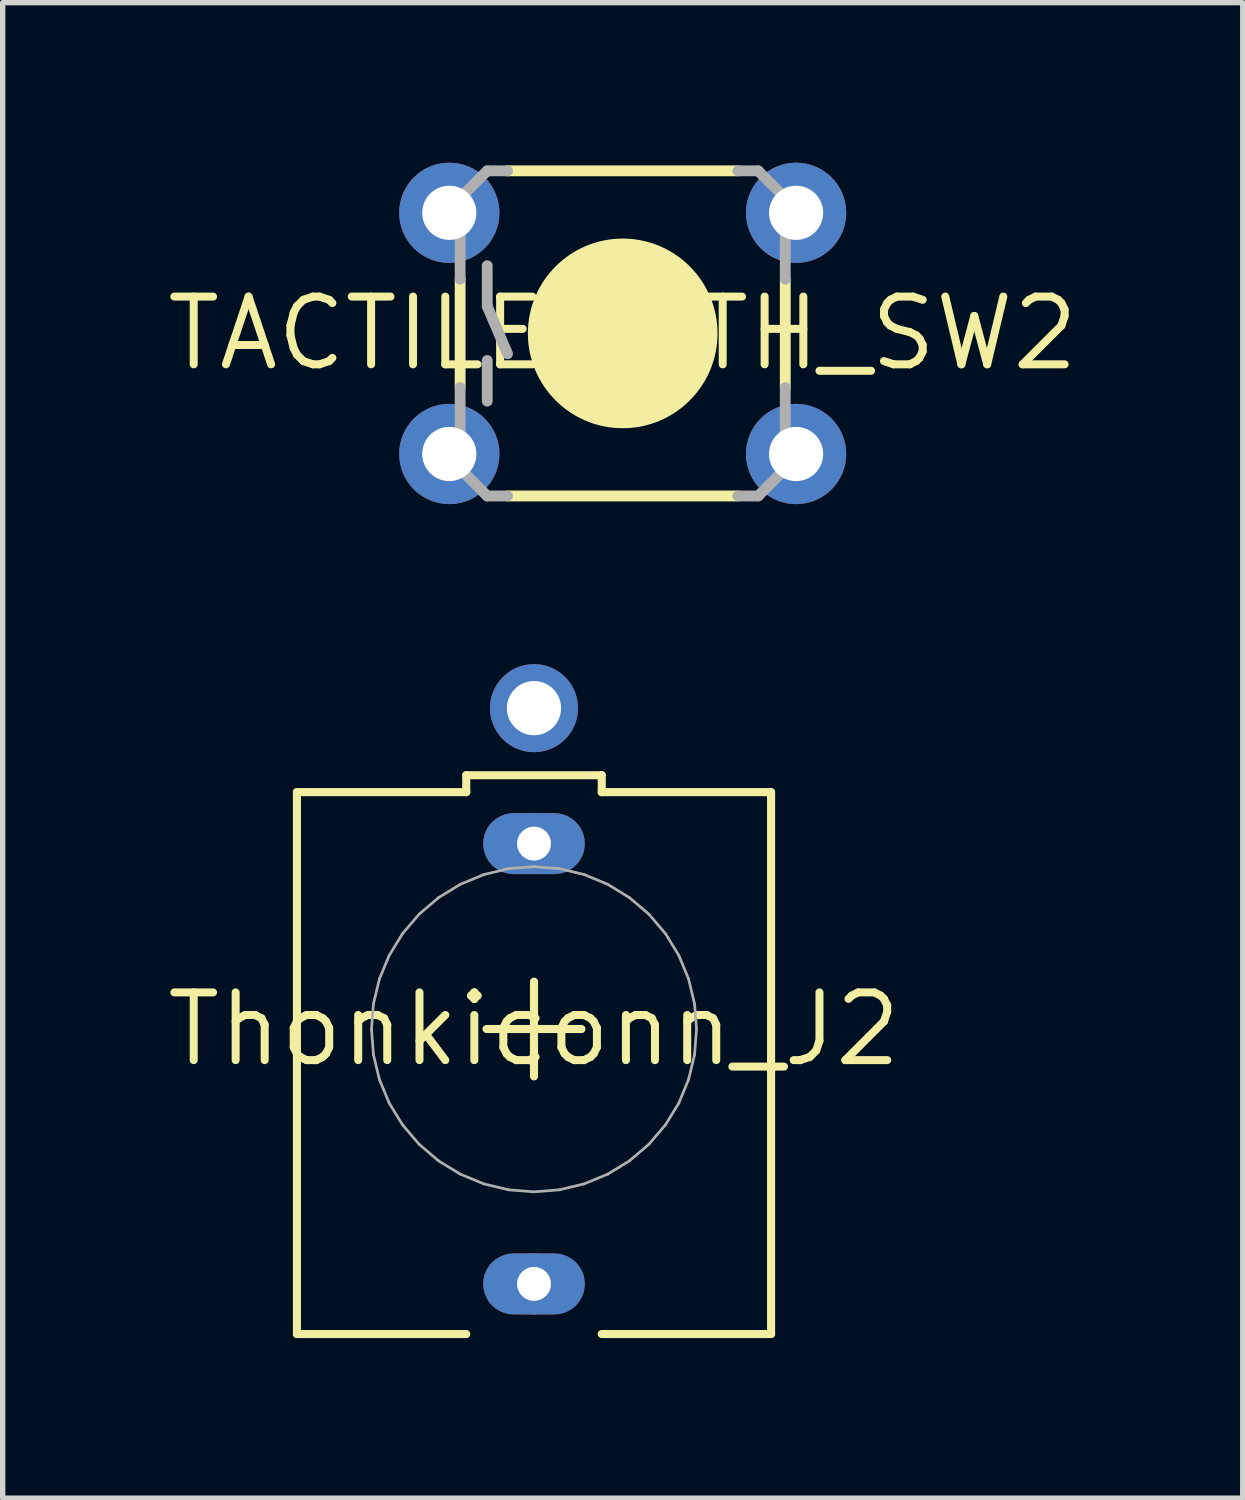
<source format=kicad_pcb>
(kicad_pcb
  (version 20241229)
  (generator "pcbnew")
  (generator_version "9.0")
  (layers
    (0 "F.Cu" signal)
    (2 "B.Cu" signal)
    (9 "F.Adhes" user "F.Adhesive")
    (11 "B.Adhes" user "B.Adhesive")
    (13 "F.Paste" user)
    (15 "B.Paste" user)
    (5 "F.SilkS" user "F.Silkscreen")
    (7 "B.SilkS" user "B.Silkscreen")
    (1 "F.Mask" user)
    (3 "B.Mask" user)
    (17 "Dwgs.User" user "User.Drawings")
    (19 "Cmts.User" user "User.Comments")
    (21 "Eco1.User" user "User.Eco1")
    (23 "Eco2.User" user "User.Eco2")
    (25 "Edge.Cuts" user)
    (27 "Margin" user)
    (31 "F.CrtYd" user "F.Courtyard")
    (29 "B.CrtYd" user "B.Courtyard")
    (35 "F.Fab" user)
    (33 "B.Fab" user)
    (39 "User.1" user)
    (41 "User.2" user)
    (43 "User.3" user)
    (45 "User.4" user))
  (footprint "Thonkiconn_J2"
    (layer "F.Cu")
    (at 6.962 16.247)
    (property "Reference" "Thonkiconn_J2" (at 0 0 0) (layer "F.SilkS") (effects (font (size 1.27 1.27) (thickness 0.15))))
    (fp_poly (pts (xy 0.47 -4.044) (xy 0.557 -4.023) (xy 0.64 -3.989) (xy 0.717 -3.942) (xy 0.785 -3.884) (xy 0.844 -3.816) (xy 0.89 -3.739) (xy 0.925 -3.656) (xy 0.945 -3.569) (xy 0.952 -3.48) (xy 0.945 -3.391) (xy 0.925 -3.304) (xy 0.89 -3.221) (xy 0.844 -3.143) (xy 0.785 -3.075) (xy 0.717 -3.017) (xy 0.64 -2.97) (xy 0.557 -2.936) (xy 0.47 -2.915) (xy 0.381 -2.908) (xy -0.381 -2.908) (xy -0.47 -2.915) (xy -0.557 -2.936) (xy -0.64 -2.97) (xy -0.717 -3.017) (xy -0.785 -3.075) (xy -0.844 -3.143) (xy -0.89 -3.221) (xy -0.925 -3.304) (xy -0.945 -3.391) (xy -0.952 -3.48) (xy -0.945 -3.569) (xy -0.925 -3.656) (xy -0.89 -3.739) (xy -0.844 -3.816) (xy -0.785 -3.884) (xy -0.717 -3.942) (xy -0.64 -3.989) (xy -0.557 -4.023) (xy -0.47 -4.044) (xy -0.381 -4.051) (xy 0.381 -4.051)) (stroke (width 0) (type default)) (fill yes) (layer "F.Cu"))
    (fp_poly (pts (xy 0.47 4.211) (xy 0.557 4.232) (xy 0.64 4.266) (xy 0.717 4.313) (xy 0.785 4.371) (xy 0.844 4.439) (xy 0.89 4.516) (xy 0.925 4.599) (xy 0.945 4.686) (xy 0.952 4.775) (xy 0.945 4.864) (xy 0.925 4.951) (xy 0.89 5.034) (xy 0.844 5.112) (xy 0.785 5.18) (xy 0.717 5.238) (xy 0.64 5.285) (xy 0.557 5.319) (xy 0.47 5.34) (xy 0.381 5.347) (xy -0.381 5.347) (xy -0.47 5.34) (xy -0.557 5.319) (xy -0.64 5.285) (xy -0.717 5.238) (xy -0.785 5.18) (xy -0.844 5.112) (xy -0.89 5.034) (xy -0.925 4.951) (xy -0.945 4.864) (xy -0.952 4.775) (xy -0.945 4.686) (xy -0.925 4.599) (xy -0.89 4.516) (xy -0.844 4.439) (xy -0.785 4.371) (xy -0.717 4.313) (xy -0.64 4.266) (xy -0.557 4.232) (xy -0.47 4.211) (xy -0.381 4.204) (xy 0.381 4.204)) (stroke (width 0) (type default)) (fill yes) (layer "F.Cu"))
    (fp_poly (pts (xy 0.486 -4.146) (xy 0.589 -4.121) (xy 0.687 -4.081) (xy 0.778 -4.025) (xy 0.858 -3.957) (xy 0.927 -3.876) (xy 0.982 -3.785) (xy 1.022 -3.688) (xy 1.047 -3.585) (xy 1.055 -3.48) (xy 1.047 -3.375) (xy 1.022 -3.272) (xy 0.982 -3.174) (xy 0.927 -3.083) (xy 0.858 -3.003) (xy 0.778 -2.934) (xy 0.687 -2.879) (xy 0.589 -2.839) (xy 0.486 -2.814) (xy 0.381 -2.806) (xy -0.381 -2.806) (xy -0.486 -2.814) (xy -0.589 -2.839) (xy -0.687 -2.879) (xy -0.778 -2.934) (xy -0.858 -3.003) (xy -0.927 -3.083) (xy -0.982 -3.174) (xy -1.022 -3.272) (xy -1.047 -3.375) (xy -1.055 -3.48) (xy -1.047 -3.585) (xy -1.022 -3.688) (xy -0.982 -3.785) (xy -0.927 -3.876) (xy -0.858 -3.957) (xy -0.778 -4.025) (xy -0.687 -4.081) (xy -0.589 -4.121) (xy -0.486 -4.146) (xy -0.381 -4.154) (xy 0.381 -4.154)) (stroke (width 0) (type default)) (fill yes) (layer "F.Mask"))
    (fp_poly (pts (xy 0.486 4.109) (xy 0.589 4.134) (xy 0.687 4.174) (xy 0.778 4.23) (xy 0.858 4.298) (xy 0.927 4.379) (xy 0.982 4.47) (xy 1.022 4.567) (xy 1.047 4.67) (xy 1.055 4.775) (xy 1.047 4.88) (xy 1.022 4.983) (xy 0.982 5.081) (xy 0.927 5.172) (xy 0.858 5.252) (xy 0.778 5.321) (xy 0.687 5.376) (xy 0.589 5.416) (xy 0.486 5.441) (xy 0.381 5.449) (xy -0.381 5.449) (xy -0.486 5.441) (xy -0.589 5.416) (xy -0.687 5.376) (xy -0.778 5.321) (xy -0.858 5.252) (xy -0.927 5.172) (xy -0.982 5.081) (xy -1.022 4.983) (xy -1.047 4.88) (xy -1.055 4.775) (xy -1.047 4.67) (xy -1.022 4.567) (xy -0.982 4.47) (xy -0.927 4.379) (xy -0.858 4.298) (xy -0.778 4.23) (xy -0.687 4.174) (xy -0.589 4.134) (xy -0.486 4.109) (xy -0.381 4.101) (xy 0.381 4.101)) (stroke (width 0) (type default)) (fill yes) (layer "F.Mask"))
    (fp_poly (pts (xy 0.47 -4.044) (xy 0.557 -4.023) (xy 0.64 -3.989) (xy 0.717 -3.942) (xy 0.785 -3.884) (xy 0.844 -3.816) (xy 0.89 -3.739) (xy 0.925 -3.656) (xy 0.945 -3.569) (xy 0.952 -3.48) (xy 0.945 -3.391) (xy 0.925 -3.304) (xy 0.89 -3.221) (xy 0.844 -3.143) (xy 0.785 -3.075) (xy 0.717 -3.017) (xy 0.64 -2.97) (xy 0.557 -2.936) (xy 0.47 -2.915) (xy 0.381 -2.908) (xy -0.381 -2.908) (xy -0.47 -2.915) (xy -0.557 -2.936) (xy -0.64 -2.97) (xy -0.717 -3.017) (xy -0.785 -3.075) (xy -0.844 -3.143) (xy -0.89 -3.221) (xy -0.925 -3.304) (xy -0.945 -3.391) (xy -0.952 -3.48) (xy -0.945 -3.569) (xy -0.925 -3.656) (xy -0.89 -3.739) (xy -0.844 -3.816) (xy -0.785 -3.884) (xy -0.717 -3.942) (xy -0.64 -3.989) (xy -0.557 -4.023) (xy -0.47 -4.044) (xy -0.381 -4.051) (xy 0.381 -4.051)) (stroke (width 0) (type default)) (fill yes) (layer "B.Cu"))
    (fp_poly (pts (xy 0.47 4.211) (xy 0.557 4.232) (xy 0.64 4.266) (xy 0.717 4.313) (xy 0.785 4.371) (xy 0.844 4.439) (xy 0.89 4.516) (xy 0.925 4.599) (xy 0.945 4.686) (xy 0.952 4.775) (xy 0.945 4.864) (xy 0.925 4.951) (xy 0.89 5.034) (xy 0.844 5.112) (xy 0.785 5.18) (xy 0.717 5.238) (xy 0.64 5.285) (xy 0.557 5.319) (xy 0.47 5.34) (xy 0.381 5.347) (xy -0.381 5.347) (xy -0.47 5.34) (xy -0.557 5.319) (xy -0.64 5.285) (xy -0.717 5.238) (xy -0.785 5.18) (xy -0.844 5.112) (xy -0.89 5.034) (xy -0.925 4.951) (xy -0.945 4.864) (xy -0.952 4.775) (xy -0.945 4.686) (xy -0.925 4.599) (xy -0.89 4.516) (xy -0.844 4.439) (xy -0.785 4.371) (xy -0.717 4.313) (xy -0.64 4.266) (xy -0.557 4.232) (xy -0.47 4.211) (xy -0.381 4.204) (xy 0.381 4.204)) (stroke (width 0) (type default)) (fill yes) (layer "B.Cu"))
    (fp_poly (pts (xy 0.486 -4.146) (xy 0.589 -4.121) (xy 0.687 -4.081) (xy 0.778 -4.025) (xy 0.858 -3.957) (xy 0.927 -3.876) (xy 0.982 -3.785) (xy 1.022 -3.688) (xy 1.047 -3.585) (xy 1.055 -3.48) (xy 1.047 -3.375) (xy 1.022 -3.272) (xy 0.982 -3.174) (xy 0.927 -3.083) (xy 0.858 -3.003) (xy 0.778 -2.934) (xy 0.687 -2.879) (xy 0.589 -2.839) (xy 0.486 -2.814) (xy 0.381 -2.806) (xy -0.381 -2.806) (xy -0.486 -2.814) (xy -0.589 -2.839) (xy -0.687 -2.879) (xy -0.778 -2.934) (xy -0.858 -3.003) (xy -0.927 -3.083) (xy -0.982 -3.174) (xy -1.022 -3.272) (xy -1.047 -3.375) (xy -1.055 -3.48) (xy -1.047 -3.585) (xy -1.022 -3.688) (xy -0.982 -3.785) (xy -0.927 -3.876) (xy -0.858 -3.957) (xy -0.778 -4.025) (xy -0.687 -4.081) (xy -0.589 -4.121) (xy -0.486 -4.146) (xy -0.381 -4.154) (xy 0.381 -4.154)) (stroke (width 0) (type default)) (fill yes) (layer "B.Mask"))
    (fp_poly (pts (xy 0.486 4.109) (xy 0.589 4.134) (xy 0.687 4.174) (xy 0.778 4.23) (xy 0.858 4.298) (xy 0.927 4.379) (xy 0.982 4.47) (xy 1.022 4.567) (xy 1.047 4.67) (xy 1.055 4.775) (xy 1.047 4.88) (xy 1.022 4.983) (xy 0.982 5.081) (xy 0.927 5.172) (xy 0.858 5.252) (xy 0.778 5.321) (xy 0.687 5.376) (xy 0.589 5.416) (xy 0.486 5.441) (xy 0.381 5.449) (xy -0.381 5.449) (xy -0.486 5.441) (xy -0.589 5.416) (xy -0.687 5.376) (xy -0.778 5.321) (xy -0.858 5.252) (xy -0.927 5.172) (xy -0.982 5.081) (xy -1.022 4.983) (xy -1.047 4.88) (xy -1.055 4.775) (xy -1.047 4.67) (xy -1.022 4.567) (xy -0.982 4.47) (xy -0.927 4.379) (xy -0.858 4.298) (xy -0.778 4.23) (xy -0.687 4.174) (xy -0.589 4.134) (xy -0.486 4.109) (xy -0.381 4.101) (xy 0.381 4.101)) (stroke (width 0) (type default)) (fill yes) (layer "B.Mask"))
    (fp_line (start -4.445 -4.445) (end -4.445 5.715) (stroke (width 0.152) (type solid)) (layer "F.SilkS"))
    (fp_line (start -1.27 -4.762) (end 1.27 -4.762) (stroke (width 0.152) (type solid)) (layer "F.SilkS"))
    (fp_line (start -1.27 -4.445) (end -4.445 -4.445) (stroke (width 0.152) (type solid)) (layer "F.SilkS"))
    (fp_line (start -1.27 -4.445) (end -1.27 -4.762) (stroke (width 0.152) (type solid)) (layer "F.SilkS"))
    (fp_line (start -1.27 5.715) (end -4.445 5.715) (stroke (width 0.152) (type solid)) (layer "F.SilkS"))
    (fp_line (start -0.89 -0.004) (end 0.889 -0.004) (stroke (width 0.152) (type solid)) (layer "F.SilkS"))
    (fp_line (start 0 0.884) (end 0 -0.892) (stroke (width 0.152) (type solid)) (layer "F.SilkS"))
    (fp_line (start 1.27 -4.762) (end 1.27 -4.445) (stroke (width 0.152) (type solid)) (layer "F.SilkS"))
    (fp_line (start 1.27 -4.445) (end 4.445 -4.445) (stroke (width 0.152) (type solid)) (layer "F.SilkS"))
    (fp_line (start 1.27 5.715) (end 4.445 5.715) (stroke (width 0.152) (type solid)) (layer "F.SilkS"))
    (fp_line (start 4.445 5.715) (end 4.445 -4.445) (stroke (width 0.152) (type solid)) (layer "F.SilkS"))
    (fp_line (start -3.047 -0.001) (end -3.047 0.001) (stroke (width 0.051) (type solid)) (layer "F.Fab"))
    (fp_line (start -3.047 0.001) (end -3.01 0.478) (stroke (width 0.051) (type solid)) (layer "F.Fab"))
    (fp_line (start -3.01 -0.478) (end -3.047 -0.001) (stroke (width 0.051) (type solid)) (layer "F.Fab"))
    (fp_line (start -3.01 0.478) (end -2.898 0.943) (stroke (width 0.051) (type solid)) (layer "F.Fab"))
    (fp_line (start -2.898 -0.943) (end -3.01 -0.478) (stroke (width 0.051) (type solid)) (layer "F.Fab"))
    (fp_line (start -2.898 0.943) (end -2.715 1.385) (stroke (width 0.051) (type solid)) (layer "F.Fab"))
    (fp_line (start -2.715 -1.384) (end -2.898 -0.943) (stroke (width 0.051) (type solid)) (layer "F.Fab"))
    (fp_line (start -2.715 1.385) (end -2.465 1.792) (stroke (width 0.051) (type solid)) (layer "F.Fab"))
    (fp_line (start -2.465 -1.792) (end -2.715 -1.384) (stroke (width 0.051) (type solid)) (layer "F.Fab"))
    (fp_line (start -2.465 1.792) (end -2.155 2.156) (stroke (width 0.051) (type solid)) (layer "F.Fab"))
    (fp_line (start -2.155 -2.156) (end -2.465 -1.792) (stroke (width 0.051) (type solid)) (layer "F.Fab"))
    (fp_line (start -2.155 2.156) (end -1.791 2.467) (stroke (width 0.051) (type solid)) (layer "F.Fab"))
    (fp_line (start -1.791 -2.466) (end -2.155 -2.156) (stroke (width 0.051) (type solid)) (layer "F.Fab"))
    (fp_line (start -1.791 2.467) (end -1.384 2.716) (stroke (width 0.051) (type solid)) (layer "F.Fab"))
    (fp_line (start -1.384 -2.716) (end -1.791 -2.466) (stroke (width 0.051) (type solid)) (layer "F.Fab"))
    (fp_line (start -1.384 2.716) (end -0.942 2.899) (stroke (width 0.051) (type solid)) (layer "F.Fab"))
    (fp_line (start -0.942 -2.899) (end -1.384 -2.716) (stroke (width 0.051) (type solid)) (layer "F.Fab"))
    (fp_line (start -0.942 2.899) (end -0.477 3.011) (stroke (width 0.051) (type solid)) (layer "F.Fab"))
    (fp_line (start -0.477 -3.011) (end -0.942 -2.899) (stroke (width 0.051) (type solid)) (layer "F.Fab"))
    (fp_line (start -0.477 3.011) (end 0 3.049) (stroke (width 0.051) (type solid)) (layer "F.Fab"))
    (fp_line (start 0 -3.048) (end -0.477 -3.011) (stroke (width 0.051) (type solid)) (layer "F.Fab"))
    (fp_line (start 0 3.049) (end 0.477 3.011) (stroke (width 0.051) (type solid)) (layer "F.Fab"))
    (fp_line (start 0.477 -3.011) (end 0 -3.048) (stroke (width 0.051) (type solid)) (layer "F.Fab"))
    (fp_line (start 0.477 3.011) (end 0.942 2.899) (stroke (width 0.051) (type solid)) (layer "F.Fab"))
    (fp_line (start 0.942 -2.899) (end 0.477 -3.011) (stroke (width 0.051) (type solid)) (layer "F.Fab"))
    (fp_line (start 0.942 2.899) (end 1.384 2.716) (stroke (width 0.051) (type solid)) (layer "F.Fab"))
    (fp_line (start 1.384 -2.716) (end 0.942 -2.899) (stroke (width 0.051) (type solid)) (layer "F.Fab"))
    (fp_line (start 1.384 2.716) (end 1.791 2.467) (stroke (width 0.051) (type solid)) (layer "F.Fab"))
    (fp_line (start 1.791 -2.466) (end 1.384 -2.716) (stroke (width 0.051) (type solid)) (layer "F.Fab"))
    (fp_line (start 1.791 2.467) (end 2.155 2.156) (stroke (width 0.051) (type solid)) (layer "F.Fab"))
    (fp_line (start 2.155 -2.156) (end 1.791 -2.466) (stroke (width 0.051) (type solid)) (layer "F.Fab"))
    (fp_line (start 2.155 2.156) (end 2.465 1.792) (stroke (width 0.051) (type solid)) (layer "F.Fab"))
    (fp_line (start 2.465 -1.792) (end 2.155 -2.156) (stroke (width 0.051) (type solid)) (layer "F.Fab"))
    (fp_line (start 2.465 1.792) (end 2.715 1.385) (stroke (width 0.051) (type solid)) (layer "F.Fab"))
    (fp_line (start 2.715 -1.384) (end 2.465 -1.792) (stroke (width 0.051) (type solid)) (layer "F.Fab"))
    (fp_line (start 2.715 1.385) (end 2.898 0.943) (stroke (width 0.051) (type solid)) (layer "F.Fab"))
    (fp_line (start 2.898 -0.943) (end 2.715 -1.384) (stroke (width 0.051) (type solid)) (layer "F.Fab"))
    (fp_line (start 2.898 0.943) (end 3.01 0.478) (stroke (width 0.051) (type solid)) (layer "F.Fab"))
    (fp_line (start 3.01 -0.478) (end 2.898 -0.943) (stroke (width 0.051) (type solid)) (layer "F.Fab"))
    (fp_line (start 3.01 0.478) (end 3.047 0.001) (stroke (width 0.051) (type solid)) (layer "F.Fab"))
    (fp_line (start 3.047 -0.001) (end 3.01 -0.478) (stroke (width 0.051) (type solid)) (layer "F.Fab"))
    (fp_line (start 3.047 0.001) (end 3.047 -0.001) (stroke (width 0.051) (type solid)) (layer "F.Fab"))
    (pad "1" thru_hole circle (at 0 -3.48) (size 1.143 1.143) (drill 0.635) (layers "*.Cu"))
    (pad "2" thru_hole circle (at 0 4.775) (size 1.143 1.143) (drill 0.635) (layers "*.Cu"))
    (pad "3" thru_hole circle (at 0 -6.02) (size 1.651 1.651) (drill 1.016) (layers "*.Cu" "*.Mask"))
    (zone (net_name "") (layer "F.Cu") (hatch edge 0.5) (connect_pads) (min_thickness 0.25) (filled_areas_thickness no) (keepout (tracks not_allowed) (vias not_allowed) (pads not_allowed) (copperpour not_allowed) (footprints allowed)) (placement (enabled no)) (fill) (polygon (pts (xy 8.204 16.247) (xy 8.184 16.025) (xy 8.125 15.81) (xy 8.028 15.609) (xy 7.897 15.429) (xy 7.736 15.275) (xy 7.551 15.153) (xy 7.346 15.065) (xy 7.129 15.016) (xy 6.906 15.006) (xy 6.686 15.036) (xy 6.474 15.104) (xy 6.278 15.21) (xy 6.104 15.349) (xy 5.957 15.516) (xy 5.843 15.708) (xy 5.765 15.916) (xy 5.725 16.135) (xy 5.725 16.358) (xy 5.765 16.577) (xy 5.843 16.785) (xy 5.957 16.977) (xy 6.104 17.144) (xy 6.278 17.283) (xy 6.474 17.389) (xy 6.686 17.457) (xy 6.906 17.487) (xy 7.129 17.477) (xy 7.346 17.428) (xy 7.551 17.34) (xy 7.736 17.218) (xy 7.897 17.064) (xy 8.028 16.884) (xy 8.125 16.683) (xy 8.184 16.468))) (polygon (pts (xy 7.954 16.247) (xy 7.934 16.047) (xy 7.874 15.855) (xy 7.776 15.68) (xy 7.646 15.528) (xy 7.487 15.405) (xy 7.307 15.316) (xy 7.112 15.266) (xy 6.912 15.256) (xy 6.713 15.286) (xy 6.525 15.356) (xy 6.355 15.462) (xy 6.209 15.6) (xy 6.095 15.765) (xy 6.016 15.95) (xy 5.975 16.146) (xy 5.975 16.347) (xy 6.016 16.543) (xy 6.095 16.728) (xy 6.209 16.893) (xy 6.355 17.031) (xy 6.525 17.137) (xy 6.713 17.207) (xy 6.912 17.237) (xy 7.112 17.227) (xy 7.307 17.177) (xy 7.487 17.088) (xy 7.646 16.965) (xy 7.776 16.813) (xy 7.874 16.638) (xy 7.934 16.446)))))
  (footprint "TACTILE-PTH_SW2"
    (layer "F.Cu")
    (at 8.625 3.201)
    (property "Reference" "TACTILE-PTH_SW2" (at 0 0 0) (layer "F.SilkS") (effects (font (size 1.27 1.27) (thickness 0.15))))
    (fp_circle (center -3.251 -2.261) (end -3.251 -2.261) (stroke (width 0) (type solid)) (fill yes) (layer "F.Mask"))
    (fp_circle (center -3.251 2.261) (end -3.251 2.261) (stroke (width 0) (type solid)) (fill yes) (layer "F.Mask"))
    (fp_circle (center 3.251 -2.261) (end 3.251 -2.261) (stroke (width 0) (type solid)) (fill yes) (layer "F.Mask"))
    (fp_circle (center 3.251 2.261) (end 3.251 2.261) (stroke (width 0) (type solid)) (fill yes) (layer "F.Mask"))
    (fp_circle (center -3.251 -2.261) (end -3.251 -2.261) (stroke (width 0) (type solid)) (fill yes) (layer "B.Mask"))
    (fp_circle (center -3.251 2.261) (end -3.251 2.261) (stroke (width 0) (type solid)) (fill yes) (layer "B.Mask"))
    (fp_circle (center 3.251 -2.261) (end 3.251 -2.261) (stroke (width 0) (type solid)) (fill yes) (layer "B.Mask"))
    (fp_circle (center 3.251 2.261) (end 3.251 2.261) (stroke (width 0) (type solid)) (fill yes) (layer "B.Mask"))
    (fp_line (start -3.048 -1.028) (end -3.048 1.016) (stroke (width 0.203) (type solid)) (layer "F.SilkS"))
    (fp_line (start -2.159 3.048) (end 2.159 3.048) (stroke (width 0.203) (type solid)) (layer "F.SilkS"))
    (fp_line (start 2.159 -3.048) (end -2.159 -3.048) (stroke (width 0.203) (type solid)) (layer "F.SilkS"))
    (fp_line (start 3.048 -0.998) (end 3.048 1.016) (stroke (width 0.203) (type solid)) (layer "F.SilkS"))
    (fp_circle (center 0 0) (end 0.889 0) (stroke (width 1.778) (type solid)) (fill yes) (layer "F.SilkS"))
    (fp_line (start -3.048 -2.54) (end -3.048 -1.016) (stroke (width 0.203) (type solid)) (layer "F.Fab"))
    (fp_line (start -3.048 2.54) (end -3.048 1.016) (stroke (width 0.203) (type solid)) (layer "F.Fab"))
    (fp_line (start -2.54 -3.048) (end -3.048 -2.54) (stroke (width 0.203) (type solid)) (layer "F.Fab"))
    (fp_line (start -2.54 -3.048) (end -2.159 -3.048) (stroke (width 0.203) (type solid)) (layer "F.Fab"))
    (fp_line (start -2.54 -1.27) (end -2.54 -0.508) (stroke (width 0.203) (type solid)) (layer "F.Fab"))
    (fp_line (start -2.54 -0.508) (end -2.159 0.381) (stroke (width 0.203) (type solid)) (layer "F.Fab"))
    (fp_line (start -2.54 0.508) (end -2.54 1.27) (stroke (width 0.203) (type solid)) (layer "F.Fab"))
    (fp_line (start -2.54 3.048) (end -3.048 2.54) (stroke (width 0.203) (type solid)) (layer "F.Fab"))
    (fp_line (start -2.54 3.048) (end -2.159 3.048) (stroke (width 0.203) (type solid)) (layer "F.Fab"))
    (fp_line (start 2.54 -3.048) (end 2.159 -3.048) (stroke (width 0.203) (type solid)) (layer "F.Fab"))
    (fp_line (start 2.54 3.048) (end 2.159 3.048) (stroke (width 0.203) (type solid)) (layer "F.Fab"))
    (fp_line (start 2.54 3.048) (end 3.048 2.54) (stroke (width 0.203) (type solid)) (layer "F.Fab"))
    (fp_line (start 3.048 -2.54) (end 2.54 -3.048) (stroke (width 0.203) (type solid)) (layer "F.Fab"))
    (fp_line (start 3.048 -1.016) (end 3.048 -2.54) (stroke (width 0.203) (type solid)) (layer "F.Fab"))
    (fp_line (start 3.048 2.54) (end 3.048 1.016) (stroke (width 0.203) (type solid)) (layer "F.Fab"))
    (pad "1" thru_hole circle (at -3.251 -2.261) (size 1.88 1.88) (drill 1.016) (layers "*.Cu"))
    (pad "2" thru_hole circle (at 3.251 -2.261) (size 1.88 1.88) (drill 1.016) (layers "*.Cu"))
    (pad "3" thru_hole circle (at -3.251 2.261) (size 1.88 1.88) (drill 1.016) (layers "*.Cu"))
    (pad "4" thru_hole circle (at 3.251 2.261) (size 1.88 1.88) (drill 1.016) (layers "*.Cu")))
  (gr_rect
    (start -3 -3)
    (end 20.25 25.038)
    (stroke (width 0.1) (type default))
    (fill no)
    (layer "Edge.Cuts")))
</source>
